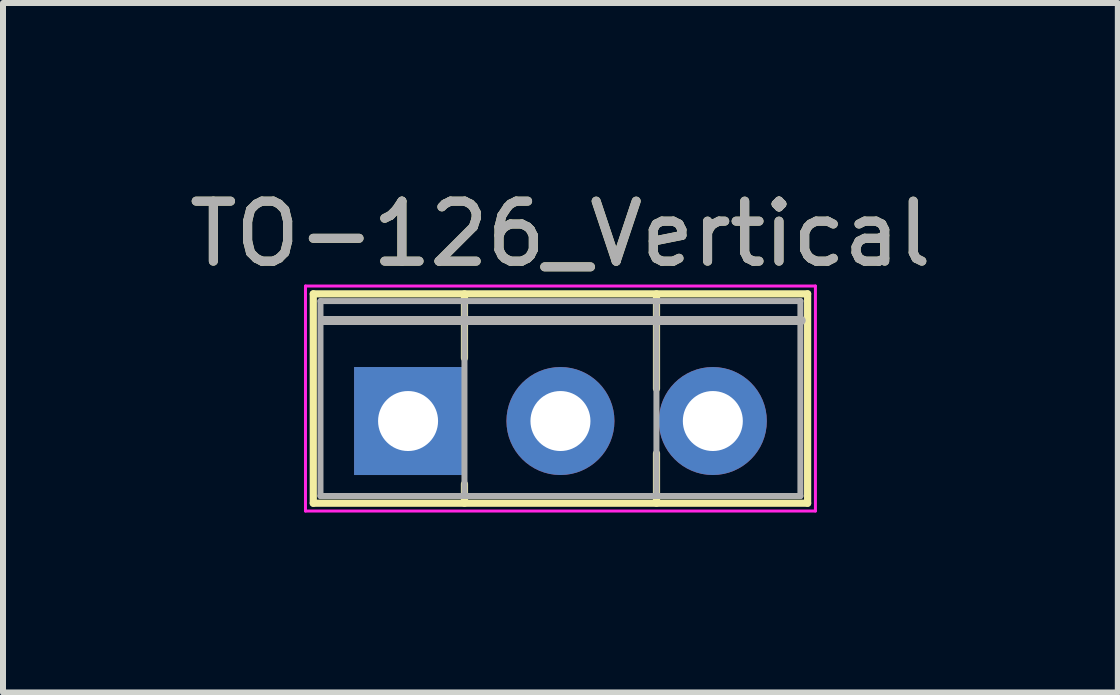
<source format=kicad_pcb>
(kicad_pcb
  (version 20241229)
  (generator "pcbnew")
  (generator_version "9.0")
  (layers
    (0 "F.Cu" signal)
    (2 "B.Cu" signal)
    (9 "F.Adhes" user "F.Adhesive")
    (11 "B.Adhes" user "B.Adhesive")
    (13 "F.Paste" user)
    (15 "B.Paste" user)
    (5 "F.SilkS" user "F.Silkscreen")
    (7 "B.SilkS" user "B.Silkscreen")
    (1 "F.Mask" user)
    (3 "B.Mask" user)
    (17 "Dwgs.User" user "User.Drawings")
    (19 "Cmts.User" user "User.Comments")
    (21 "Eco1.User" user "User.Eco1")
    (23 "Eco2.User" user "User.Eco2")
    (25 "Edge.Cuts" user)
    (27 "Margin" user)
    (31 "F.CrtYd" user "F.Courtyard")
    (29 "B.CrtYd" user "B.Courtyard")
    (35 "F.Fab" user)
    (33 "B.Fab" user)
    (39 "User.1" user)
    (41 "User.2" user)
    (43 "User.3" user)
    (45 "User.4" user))
  (footprint "TO-126_Vertical"
    (layer "F.Cu")
    (at 3.752 3.968)
    (property "Reference" "TO-126_Vertical" (at 2.54 -3.12 0) (layer "F.SilkS") (effects (font (size 1 1) (thickness 0.15))))
    (attr through_hole)
    (fp_line (start -1.58 -2.12) (end -1.58 1.37) (stroke (width 0.12) (type solid)) (layer "F.SilkS"))
    (fp_line (start -1.58 -2.12) (end 6.66 -2.12) (stroke (width 0.12) (type solid)) (layer "F.SilkS"))
    (fp_line (start -1.58 1.37) (end 6.66 1.37) (stroke (width 0.12) (type solid)) (layer "F.SilkS"))
    (fp_line (start 0.94 -2.12) (end 0.94 -1.05) (stroke (width 0.12) (type solid)) (layer "F.SilkS"))
    (fp_line (start 0.94 1.05) (end 0.94 1.37) (stroke (width 0.12) (type solid)) (layer "F.SilkS"))
    (fp_line (start 4.141 -2.12) (end 4.141 -0.54) (stroke (width 0.12) (type solid)) (layer "F.SilkS"))
    (fp_line (start 4.141 0.54) (end 4.141 1.37) (stroke (width 0.12) (type solid)) (layer "F.SilkS"))
    (fp_line (start 6.66 -2.12) (end 6.66 1.37) (stroke (width 0.12) (type solid)) (layer "F.SilkS"))
    (fp_line (start -1.71 -2.25) (end -1.71 1.5) (stroke (width 0.05) (type solid)) (layer "F.CrtYd"))
    (fp_line (start -1.71 1.5) (end 6.79 1.5) (stroke (width 0.05) (type solid)) (layer "F.CrtYd"))
    (fp_line (start 6.79 -2.25) (end -1.71 -2.25) (stroke (width 0.05) (type solid)) (layer "F.CrtYd"))
    (fp_line (start 6.79 1.5) (end 6.79 -2.25) (stroke (width 0.05) (type solid)) (layer "F.CrtYd"))
    (fp_line (start -1.46 -2) (end -1.46 1.25) (stroke (width 0.1) (type solid)) (layer "F.Fab"))
    (fp_line (start -1.46 1.25) (end 6.54 1.25) (stroke (width 0.1) (type solid)) (layer "F.Fab"))
    (fp_line (start -1.422 -1.676) (end 6.553 -1.676) (stroke (width 0.15) (type solid)) (layer "F.Fab"))
    (fp_line (start 0.94 -2) (end 0.94 1.25) (stroke (width 0.1) (type solid)) (layer "F.Fab"))
    (fp_line (start 4.14 -2) (end 4.14 1.25) (stroke (width 0.1) (type solid)) (layer "F.Fab"))
    (fp_line (start 6.54 -2) (end -1.46 -2) (stroke (width 0.1) (type solid)) (layer "F.Fab"))
    (fp_line (start 6.54 1.25) (end 6.54 -2) (stroke (width 0.1) (type solid)) (layer "F.Fab"))
    (fp_text user "${REFERENCE}" (at 2.54 -3.12 0) (layer "F.Fab") (effects (font (size 1 1) (thickness 0.15))))
    (pad "1" thru_hole rect (at 0 0) (size 1.8 1.8) (drill 1) (layers "*.Cu" "*.Mask"))
    (pad "2" thru_hole oval (at 2.54 0) (size 1.8 1.8) (drill 1) (layers "*.Cu" "*.Mask"))
    (pad "3" thru_hole oval (at 5.08 0) (size 1.8 1.8) (drill 1) (layers "*.Cu" "*.Mask")))
  (gr_rect
    (start -3 -3)
    (end 15.583 8.493)
    (stroke (width 0.1) (type default))
    (fill no)
    (layer "Edge.Cuts")))
</source>
